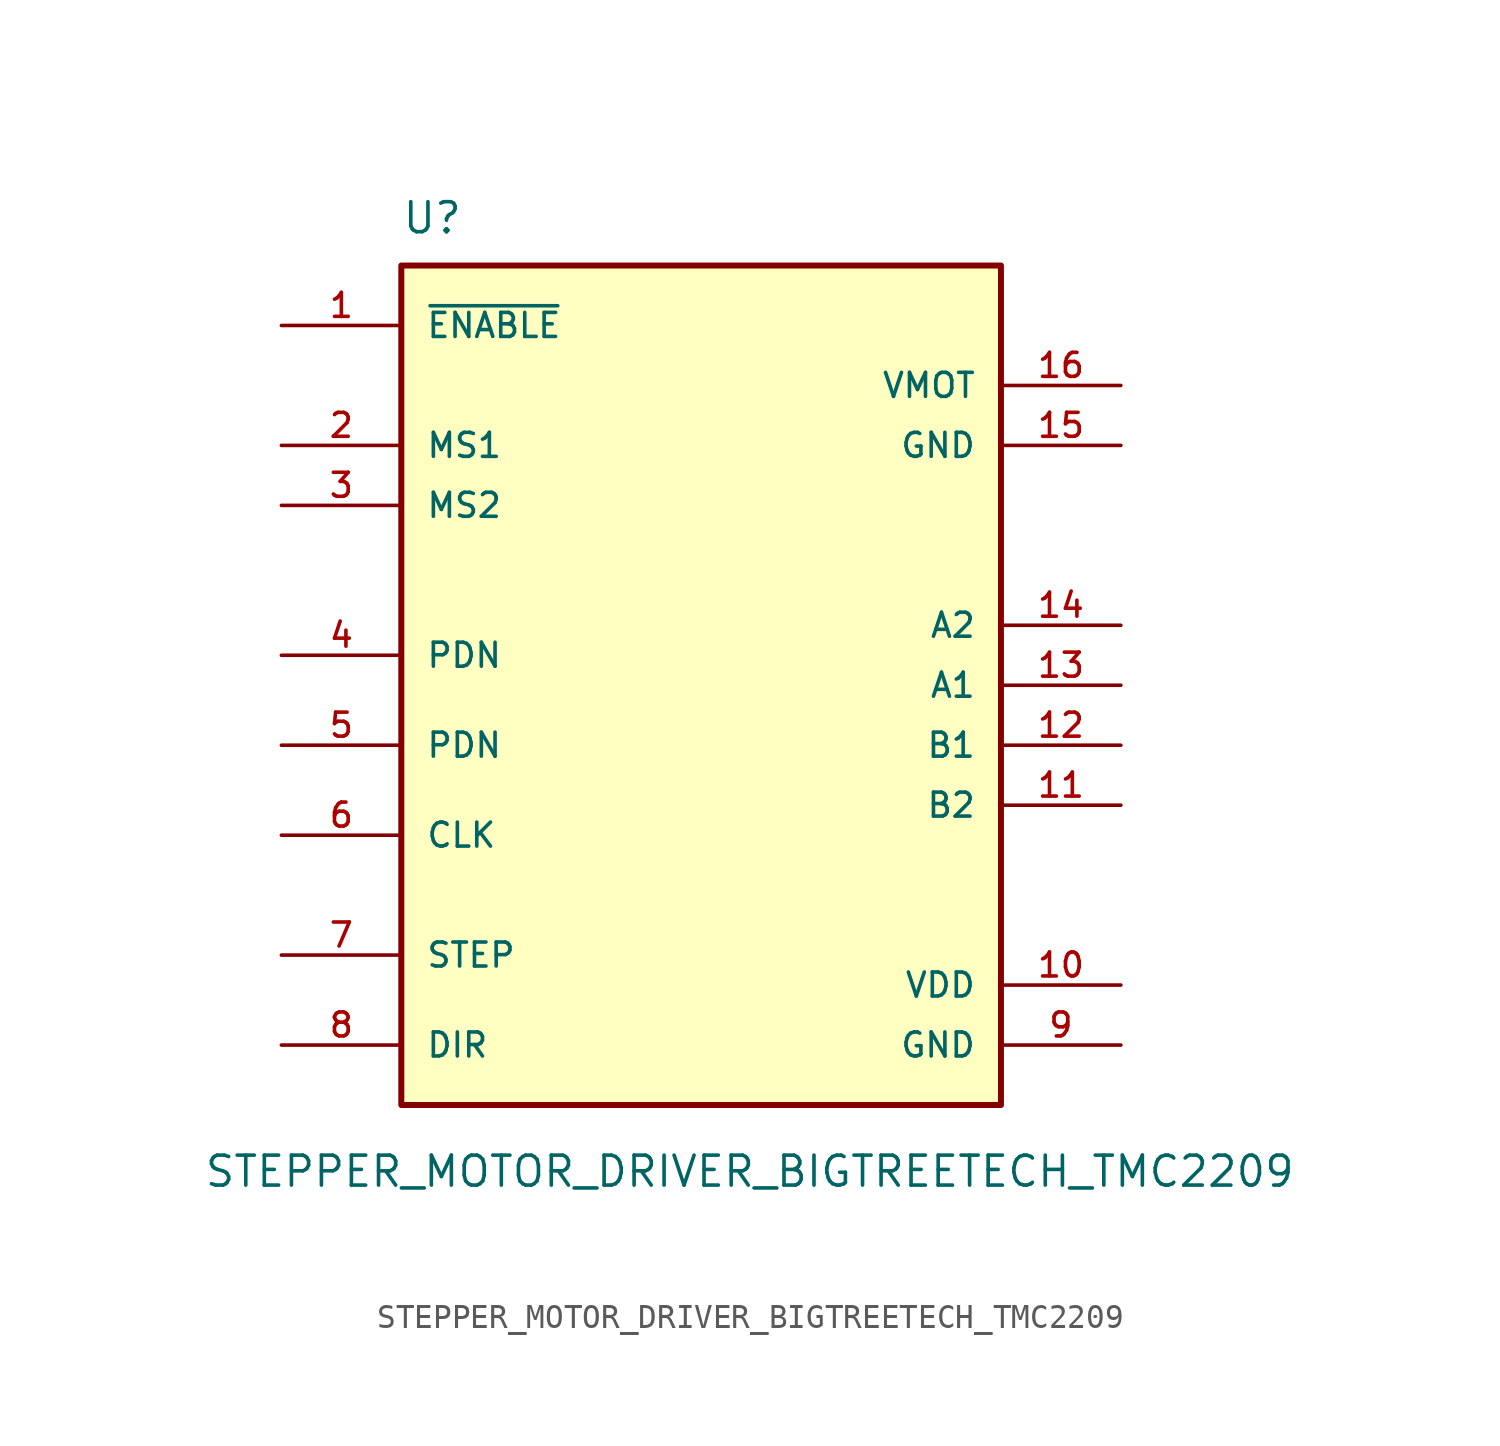
<source format=kicad_sym>
(kicad_symbol_lib
  (version 20231120)
  (generator "kicad_symbol_editor")
  (generator_version "8.0")
  (symbol "STEPPER_MOTOR_DRIVER_BIGTREETECH_TMC2209"
    (pin_names
      (offset 1.016))
    (property "Reference" "U"
      (at -12.7 19.05 0)
      (effects (font (size 1.27 1.27)) (justify left bottom)))
    (property "Value" "STEPPER_MOTOR_DRIVER_BIGTREETECH_TMC2209"
      (at -21.082 -21.336 0)
      (effects (font (size 1.27 1.27)) (justify left bottom)))
    (symbol "STEPPER_MOTOR_DRIVER_BIGTREETECH_TMC2209_0_0"
      (rectangle (start -12.7 17.78) (end 12.7 -17.78) (stroke (width 0.254) (type default)) (fill (type background)))
      (pin input line (at -17.78 15.24 0) (length 5.08) (name "~{ENABLE}" (effects (font (size 1.016 1.016)))) (number "1" (effects (font (size 1.016 1.016)))))
      (pin power_in line (at 17.78 -12.7 180) (length 5.08) (name "VDD" (effects (font (size 1.016 1.016)))) (number "10" (effects (font (size 1.016 1.016)))))
      (pin power_in line (at 17.78 10.16 180) (length 5.08) (name "GND" (effects (font (size 1.016 1.016)))) (number "15" (effects (font (size 1.016 1.016)))))
      (pin power_in line (at 17.78 12.7 180) (length 5.08) (name "VMOT" (effects (font (size 1.016 1.016)))) (number "16" (effects (font (size 1.016 1.016)))))
      (pin input line (at -17.78 10.16 0) (length 5.08) (name "MS1" (effects (font (size 1.016 1.016)))) (number "2" (effects (font (size 1.016 1.016)))))
      (pin input line (at -17.78 7.62 0) (length 5.08) (name "MS2" (effects (font (size 1.016 1.016)))) (number "3" (effects (font (size 1.016 1.016)))))
      (pin input line (at -17.78 -11.43 0) (length 5.08) (name "STEP" (effects (font (size 1.016 1.016)))) (number "7" (effects (font (size 1.016 1.016)))))
      (pin input line (at -17.78 -15.24 0) (length 5.08) (name "DIR" (effects (font (size 1.016 1.016)))) (number "8" (effects (font (size 1.016 1.016)))))
      (pin power_in line (at 17.78 -15.24 180) (length 5.08) (name "GND" (effects (font (size 1.016 1.016)))) (number "9" (effects (font (size 1.016 1.016))))))
    (symbol "STEPPER_MOTOR_DRIVER_BIGTREETECH_TMC2209_1_0"
      (pin output line (at 17.78 -5.08 180) (length 5.08) (name "B2" (effects (font (size 1.016 1.016)))) (number "11" (effects (font (size 1.016 1.016)))))
      (pin output line (at 17.78 -2.54 180) (length 5.08) (name "B1" (effects (font (size 1.016 1.016)))) (number "12" (effects (font (size 1.016 1.016)))))
      (pin output line (at 17.78 0 180) (length 5.08) (name "A1" (effects (font (size 1.016 1.016)))) (number "13" (effects (font (size 1.016 1.016)))))
      (pin output line (at 17.78 2.54 180) (length 5.08) (name "A2" (effects (font (size 1.016 1.016)))) (number "14" (effects (font (size 1.016 1.016)))))
      (pin input line (at -17.78 1.27 0) (length 5.08) (name "PDN" (effects (font (size 1.016 1.016)))) (number "4" (effects (font (size 1.016 1.016)))))
      (pin input line (at -17.78 -2.54 0) (length 5.08) (name "PDN" (effects (font (size 1.016 1.016)))) (number "5" (effects (font (size 1.016 1.016)))))
      (pin input line (at -17.78 -6.35 0) (length 5.08) (name "CLK" (effects (font (size 1.016 1.016)))) (number "6" (effects (font (size 1.016 1.016))))))))
</source>
